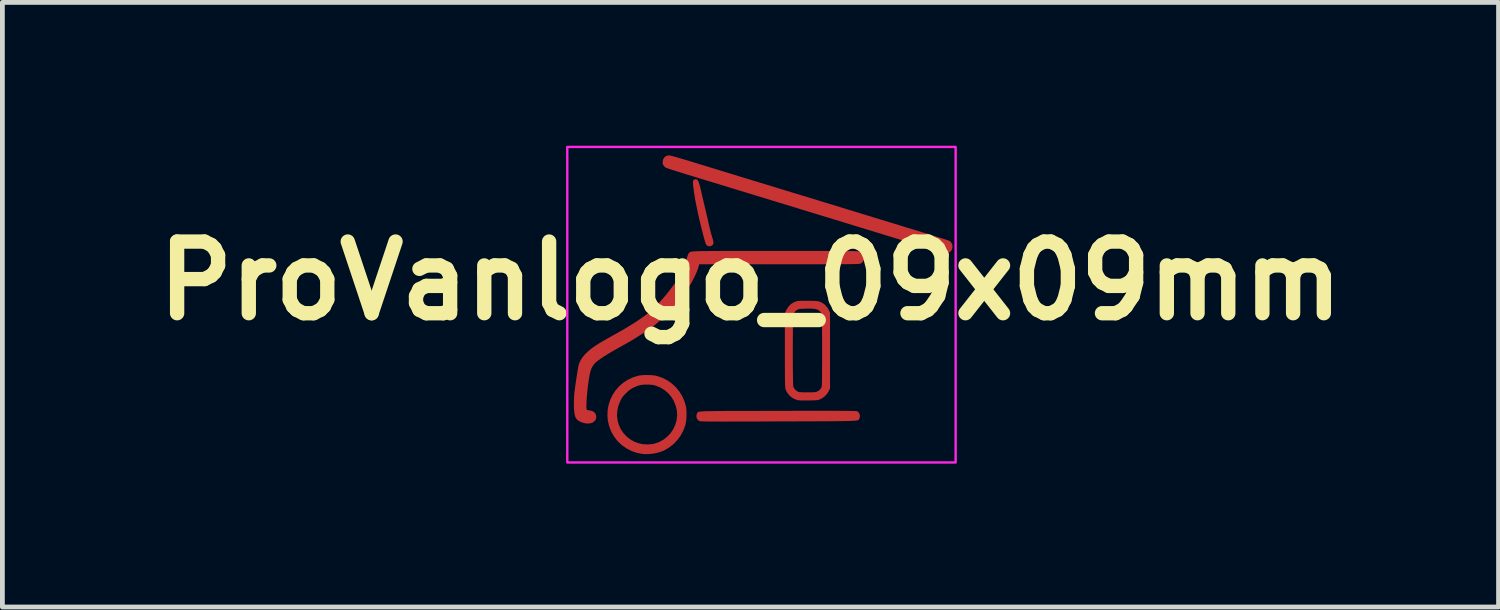
<source format=kicad_pcb>
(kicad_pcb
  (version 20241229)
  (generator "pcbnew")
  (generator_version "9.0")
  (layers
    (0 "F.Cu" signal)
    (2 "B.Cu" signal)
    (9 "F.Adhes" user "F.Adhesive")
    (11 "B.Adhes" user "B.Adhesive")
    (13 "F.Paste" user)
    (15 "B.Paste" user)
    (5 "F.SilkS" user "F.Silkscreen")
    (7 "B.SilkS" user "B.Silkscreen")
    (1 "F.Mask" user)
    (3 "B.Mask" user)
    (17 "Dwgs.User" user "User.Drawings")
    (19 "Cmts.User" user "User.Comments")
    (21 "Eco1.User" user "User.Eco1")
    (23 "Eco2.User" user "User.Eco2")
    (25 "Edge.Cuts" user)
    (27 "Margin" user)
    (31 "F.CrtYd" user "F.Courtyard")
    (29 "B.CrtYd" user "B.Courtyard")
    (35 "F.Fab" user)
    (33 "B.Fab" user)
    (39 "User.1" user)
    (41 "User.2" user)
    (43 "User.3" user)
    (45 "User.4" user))
  (footprint "ProVanlogo_09x09mm"
    (layer "F.Cu")
    (at 12.887 3.327)
    (property "Reference" "ProVanlogo_09x09mm" (at -0.23 -0.5 0) (layer "F.SilkS") (effects (font (size 1.5 1.5) (thickness 0.3))))
    (attr board_only exclude_from_pos_files exclude_from_bom)
    (fp_poly (pts (xy -1.354 -2.621) (xy -1.338 -2.608) (xy -1.323 -2.585) (xy -1.309 -2.551) (xy -1.294 -2.504) (xy -1.278 -2.442) (xy -1.26 -2.365) (xy -1.256 -2.349) (xy -1.244 -2.295) (xy -1.229 -2.229) (xy -1.212 -2.156) (xy -1.195 -2.084) (xy -1.179 -2.021) (xy -1.163 -1.952) (xy -1.146 -1.878) (xy -1.128 -1.803) (xy -1.113 -1.735) (xy -1.102 -1.683) (xy -1.088 -1.622) (xy -1.071 -1.557) (xy -1.055 -1.493) (xy -1.039 -1.438) (xy -1.034 -1.423) (xy -1.018 -1.368) (xy -1.008 -1.327) (xy -1.004 -1.297) (xy -1.008 -1.275) (xy -1.017 -1.257) (xy -1.029 -1.244) (xy -1.062 -1.225) (xy -1.101 -1.223) (xy -1.125 -1.23) (xy -1.137 -1.236) (xy -1.148 -1.245) (xy -1.158 -1.259) (xy -1.168 -1.28) (xy -1.178 -1.31) (xy -1.19 -1.351) (xy -1.205 -1.407) (xy -1.219 -1.459) (xy -1.269 -1.655) (xy -1.312 -1.836) (xy -1.348 -2.003) (xy -1.379 -2.157) (xy -1.403 -2.298) (xy -1.422 -2.429) (xy -1.429 -2.491) (xy -1.433 -2.537) (xy -1.434 -2.57) (xy -1.43 -2.593) (xy -1.422 -2.608) (xy -1.409 -2.617) (xy -1.391 -2.623) (xy -1.39 -2.623) (xy -1.371 -2.625)) (stroke (width 0) (type solid)) (fill yes) (layer "F.Cu"))
    (fp_poly (pts (xy 1.359 2.221) (xy 1.475 2.221) (xy 1.577 2.221) (xy 1.667 2.222) (xy 1.744 2.222) (xy 1.81 2.223) (xy 1.865 2.224) (xy 1.91 2.224) (xy 1.945 2.225) (xy 1.972 2.226) (xy 1.99 2.228) (xy 2.001 2.229) (xy 2.004 2.23) (xy 2.037 2.258) (xy 2.056 2.295) (xy 2.061 2.337) (xy 2.05 2.38) (xy 2.047 2.386) (xy 2.044 2.392) (xy 2.042 2.398) (xy 2.04 2.403) (xy 2.036 2.408) (xy 2.031 2.412) (xy 2.024 2.416) (xy 2.013 2.42) (xy 1.998 2.423) (xy 1.978 2.425) (xy 1.953 2.428) (xy 1.922 2.43) (xy 1.883 2.432) (xy 1.836 2.434) (xy 1.781 2.435) (xy 1.716 2.436) (xy 1.642 2.437) (xy 1.556 2.438) (xy 1.458 2.439) (xy 1.348 2.44) (xy 1.225 2.44) (xy 1.088 2.441) (xy 0.935 2.441) (xy 0.768 2.442) (xy 0.584 2.443) (xy 0.382 2.443) (xy 0.355 2.443) (xy 0.154 2.444) (xy -0.03 2.445) (xy -0.198 2.445) (xy -0.35 2.446) (xy -0.487 2.446) (xy -0.611 2.446) (xy -0.72 2.446) (xy -0.818 2.447) (xy -0.903 2.446) (xy -0.978 2.446) (xy -1.042 2.446) (xy -1.097 2.446) (xy -1.144 2.445) (xy -1.182 2.444) (xy -1.214 2.443) (xy -1.24 2.442) (xy -1.259 2.441) (xy -1.275 2.44) (xy -1.286 2.439) (xy -1.294 2.437) (xy -1.3 2.435) (xy -1.304 2.433) (xy -1.335 2.408) (xy -1.355 2.373) (xy -1.362 2.333) (xy -1.356 2.293) (xy -1.346 2.272) (xy -1.343 2.266) (xy -1.34 2.261) (xy -1.337 2.256) (xy -1.333 2.252) (xy -1.328 2.248) (xy -1.32 2.244) (xy -1.308 2.241) (xy -1.293 2.238) (xy -1.273 2.236) (xy -1.247 2.234) (xy -1.215 2.232) (xy -1.176 2.23) (xy -1.128 2.229) (xy -1.073 2.228) (xy -1.007 2.227) (xy -0.932 2.226) (xy -0.845 2.225) (xy -0.747 2.224) (xy -0.636 2.224) (xy -0.512 2.224) (xy -0.374 2.223) (xy -0.221 2.223) (xy -0.052 2.223) (xy 0.133 2.222) (xy 0.335 2.222) (xy 0.346 2.222) (xy 0.556 2.222) (xy 0.749 2.221) (xy 0.925 2.221) (xy 1.085 2.221) (xy 1.23 2.221)) (stroke (width 0) (type solid)) (fill yes) (layer "F.Cu"))
    (fp_poly (pts (xy -2.347 1.473) (xy -2.283 1.476) (xy -2.228 1.483) (xy -2.202 1.488) (xy -2.085 1.526) (xy -1.977 1.579) (xy -1.879 1.647) (xy -1.792 1.727) (xy -1.717 1.819) (xy -1.655 1.921) (xy -1.607 2.033) (xy -1.578 2.137) (xy -1.571 2.189) (xy -1.568 2.253) (xy -1.568 2.323) (xy -1.572 2.394) (xy -1.58 2.459) (xy -1.591 2.513) (xy -1.593 2.52) (xy -1.634 2.633) (xy -1.691 2.739) (xy -1.761 2.835) (xy -1.843 2.92) (xy -1.936 2.992) (xy -2.038 3.051) (xy -2.071 3.065) (xy -2.156 3.094) (xy -2.251 3.115) (xy -2.349 3.126) (xy -2.444 3.128) (xy -2.495 3.123) (xy -2.612 3.1) (xy -2.724 3.061) (xy -2.828 3.006) (xy -2.924 2.938) (xy -3.009 2.858) (xy -3.081 2.766) (xy -3.14 2.665) (xy -3.146 2.653) (xy -3.189 2.54) (xy -3.215 2.425) (xy -3.224 2.32) (xy -3.023 2.32) (xy -3.012 2.419) (xy -2.986 2.514) (xy -2.945 2.604) (xy -2.89 2.686) (xy -2.821 2.76) (xy -2.738 2.824) (xy -2.653 2.871) (xy -2.571 2.901) (xy -2.48 2.92) (xy -2.386 2.925) (xy -2.293 2.919) (xy -2.239 2.908) (xy -2.141 2.874) (xy -2.05 2.824) (xy -1.97 2.761) (xy -1.9 2.686) (xy -1.843 2.6) (xy -1.801 2.505) (xy -1.777 2.422) (xy -1.765 2.321) (xy -1.77 2.219) (xy -1.794 2.117) (xy -1.834 2.016) (xy -1.886 1.93) (xy -1.952 1.853) (xy -2.03 1.787) (xy -2.117 1.733) (xy -2.211 1.695) (xy -2.241 1.686) (xy -2.295 1.677) (xy -2.359 1.672) (xy -2.427 1.672) (xy -2.491 1.676) (xy -2.545 1.685) (xy -2.547 1.686) (xy -2.583 1.697) (xy -2.627 1.714) (xy -2.671 1.733) (xy -2.682 1.739) (xy -2.723 1.76) (xy -2.758 1.783) (xy -2.793 1.812) (xy -2.833 1.85) (xy -2.837 1.854) (xy -2.874 1.893) (xy -2.902 1.925) (xy -2.924 1.958) (xy -2.945 1.995) (xy -2.955 2.017) (xy -2.995 2.117) (xy -3.017 2.219) (xy -3.023 2.32) (xy -3.224 2.32) (xy -3.224 2.31) (xy -3.218 2.197) (xy -3.197 2.087) (xy -3.161 1.981) (xy -3.112 1.881) (xy -3.05 1.789) (xy -2.975 1.705) (xy -2.889 1.631) (xy -2.792 1.568) (xy -2.684 1.519) (xy -2.586 1.488) (xy -2.54 1.48) (xy -2.481 1.474) (xy -2.414 1.472)) (stroke (width 0) (type solid)) (fill yes) (layer "F.Cu"))
    (fp_poly (pts (xy -1.914 -3.122) (xy -1.88 -3.114) (xy -1.829 -3.1) (xy -1.763 -3.082) (xy -1.682 -3.058) (xy -1.587 -3.03) (xy -1.478 -2.997) (xy -1.39 -2.97) (xy -1.206 -2.914) (xy -1.036 -2.862) (xy -0.879 -2.814) (xy -0.732 -2.769) (xy -0.593 -2.726) (xy -0.46 -2.685) (xy -0.331 -2.646) (xy -0.202 -2.606) (xy -0.073 -2.567) (xy 0.061 -2.526) (xy 0.199 -2.484) (xy 0.346 -2.439) (xy 0.504 -2.391) (xy 0.673 -2.339) (xy 0.729 -2.322) (xy 0.868 -2.28) (xy 1.016 -2.235) (xy 1.17 -2.188) (xy 1.326 -2.14) (xy 1.484 -2.092) (xy 1.639 -2.044) (xy 1.789 -1.998) (xy 1.932 -1.955) (xy 2.064 -1.914) (xy 2.183 -1.878) (xy 2.245 -1.859) (xy 2.368 -1.821) (xy 2.498 -1.781) (xy 2.634 -1.74) (xy 2.771 -1.698) (xy 2.908 -1.656) (xy 3.04 -1.615) (xy 3.165 -1.577) (xy 3.28 -1.542) (xy 3.382 -1.511) (xy 3.405 -1.504) (xy 3.497 -1.476) (xy 3.585 -1.449) (xy 3.666 -1.423) (xy 3.74 -1.4) (xy 3.805 -1.379) (xy 3.858 -1.362) (xy 3.899 -1.348) (xy 3.926 -1.339) (xy 3.935 -1.335) (xy 3.968 -1.306) (xy 3.989 -1.269) (xy 3.998 -1.227) (xy 3.995 -1.184) (xy 3.981 -1.144) (xy 3.955 -1.111) (xy 3.929 -1.094) (xy 3.891 -1.084) (xy 3.844 -1.082) (xy 3.796 -1.088) (xy 3.776 -1.093) (xy 3.769 -1.096) (xy 3.762 -1.098) (xy 3.753 -1.101) (xy 3.741 -1.104) (xy 3.727 -1.109) (xy 3.71 -1.114) (xy 3.688 -1.121) (xy 3.661 -1.129) (xy 3.629 -1.139) (xy 3.59 -1.151) (xy 3.545 -1.165) (xy 3.492 -1.181) (xy 3.43 -1.2) (xy 3.36 -1.221) (xy 3.28 -1.246) (xy 3.19 -1.273) (xy 3.089 -1.304) (xy 2.977 -1.339) (xy 2.852 -1.377) (xy 2.714 -1.419) (xy 2.563 -1.465) (xy 2.398 -1.516) (xy 2.217 -1.571) (xy 2.021 -1.631) (xy 1.809 -1.696) (xy 1.719 -1.724) (xy 1.557 -1.773) (xy 1.401 -1.821) (xy 1.251 -1.867) (xy 1.103 -1.912) (xy 0.958 -1.956) (xy 0.814 -2) (xy 0.668 -2.045) (xy 0.521 -2.09) (xy 0.37 -2.136) (xy 0.215 -2.183) (xy 0.053 -2.233) (xy -0.116 -2.284) (xy -0.295 -2.339) (xy -0.483 -2.396) (xy -0.684 -2.458) (xy -0.897 -2.523) (xy -1.126 -2.592) (xy -1.35 -2.661) (xy -1.454 -2.693) (xy -1.553 -2.723) (xy -1.646 -2.752) (xy -1.731 -2.779) (xy -1.808 -2.803) (xy -1.874 -2.824) (xy -1.928 -2.842) (xy -1.97 -2.856) (xy -1.997 -2.866) (xy -2.007 -2.87) (xy -2.028 -2.889) (xy -2.048 -2.913) (xy -2.051 -2.917) (xy -2.064 -2.94) (xy -2.069 -2.964) (xy -2.068 -2.995) (xy -2.056 -3.045) (xy -2.031 -3.084) (xy -1.995 -3.111) (xy -1.949 -3.124) (xy -1.933 -3.125)) (stroke (width 0) (type solid)) (fill yes) (layer "F.Cu"))
    (fp_poly (pts (xy 0.966 -0.081) (xy 1.037 -0.081) (xy 1.093 -0.08) (xy 1.136 -0.078) (xy 1.169 -0.075) (xy 1.193 -0.071) (xy 1.212 -0.066) (xy 1.213 -0.066) (xy 1.281 -0.034) (xy 1.34 0.013) (xy 1.388 0.073) (xy 1.412 0.117) (xy 1.435 0.167) (xy 1.435 0.959) (xy 1.435 1.751) (xy 1.409 1.807) (xy 1.375 1.863) (xy 1.329 1.914) (xy 1.274 1.956) (xy 1.226 1.981) (xy 1.208 1.988) (xy 1.189 1.993) (xy 1.168 1.997) (xy 1.141 2) (xy 1.105 2.002) (xy 1.058 2.003) (xy 0.997 2.004) (xy 0.981 2.004) (xy 0.91 2.005) (xy 0.854 2.005) (xy 0.811 2.003) (xy 0.778 2) (xy 0.752 1.997) (xy 0.739 1.993) (xy 0.672 1.966) (xy 0.611 1.924) (xy 0.559 1.87) (xy 0.52 1.808) (xy 0.508 1.78) (xy 0.505 1.771) (xy 0.502 1.761) (xy 0.5 1.75) (xy 0.498 1.735) (xy 0.496 1.716) (xy 0.495 1.691) (xy 0.493 1.659) (xy 0.493 1.619) (xy 0.492 1.571) (xy 0.491 1.512) (xy 0.491 1.441) (xy 0.491 1.358) (xy 0.49 1.261) (xy 0.49 1.148) (xy 0.49 1.02) (xy 0.49 0.988) (xy 0.656 0.988) (xy 0.656 1.09) (xy 0.657 1.19) (xy 0.657 1.286) (xy 0.658 1.377) (xy 0.659 1.46) (xy 0.66 1.534) (xy 0.661 1.598) (xy 0.663 1.65) (xy 0.664 1.688) (xy 0.666 1.711) (xy 0.667 1.715) (xy 0.683 1.749) (xy 0.711 1.783) (xy 0.745 1.811) (xy 0.776 1.826) (xy 0.798 1.83) (xy 0.834 1.832) (xy 0.879 1.834) (xy 0.931 1.835) (xy 0.985 1.835) (xy 1.038 1.834) (xy 1.084 1.833) (xy 1.121 1.83) (xy 1.144 1.827) (xy 1.145 1.827) (xy 1.185 1.808) (xy 1.222 1.779) (xy 1.249 1.743) (xy 1.256 1.73) (xy 1.258 1.722) (xy 1.26 1.71) (xy 1.262 1.692) (xy 1.264 1.668) (xy 1.265 1.636) (xy 1.266 1.595) (xy 1.267 1.544) (xy 1.268 1.481) (xy 1.268 1.407) (xy 1.268 1.319) (xy 1.269 1.216) (xy 1.269 1.098) (xy 1.269 0.963) (xy 1.269 0.96) (xy 1.269 0.827) (xy 1.269 0.711) (xy 1.268 0.61) (xy 1.268 0.524) (xy 1.268 0.451) (xy 1.267 0.39) (xy 1.266 0.34) (xy 1.266 0.299) (xy 1.264 0.267) (xy 1.263 0.242) (xy 1.261 0.223) (xy 1.259 0.209) (xy 1.257 0.198) (xy 1.254 0.19) (xy 1.252 0.184) (xy 1.234 0.152) (xy 1.212 0.127) (xy 1.183 0.108) (xy 1.145 0.094) (xy 1.097 0.086) (xy 1.036 0.082) (xy 0.959 0.082) (xy 0.936 0.083) (xy 0.879 0.084) (xy 0.837 0.086) (xy 0.807 0.089) (xy 0.784 0.093) (xy 0.767 0.098) (xy 0.751 0.106) (xy 0.75 0.106) (xy 0.708 0.136) (xy 0.678 0.179) (xy 0.667 0.206) (xy 0.665 0.221) (xy 0.664 0.252) (xy 0.662 0.297) (xy 0.661 0.356) (xy 0.659 0.426) (xy 0.658 0.505) (xy 0.658 0.593) (xy 0.657 0.687) (xy 0.657 0.785) (xy 0.656 0.886) (xy 0.656 0.988) (xy 0.49 0.988) (xy 0.49 0.953) (xy 0.49 0.173) (xy 0.526 0.103) (xy 0.568 0.037) (xy 0.619 -0.014) (xy 0.682 -0.052) (xy 0.708 -0.063) (xy 0.726 -0.069) (xy 0.744 -0.074) (xy 0.764 -0.077) (xy 0.79 -0.08) (xy 0.823 -0.081) (xy 0.867 -0.082) (xy 0.925 -0.082)) (stroke (width 0) (type solid)) (fill yes) (layer "F.Cu"))
    (fp_poly (pts (xy -0.09 -1.125) (xy 0.104 -1.125) (xy 0.299 -1.125) (xy 0.508 -1.125) (xy 0.699 -1.125) (xy 0.875 -1.125) (xy 1.034 -1.125) (xy 1.179 -1.125) (xy 1.309 -1.125) (xy 1.426 -1.124) (xy 1.53 -1.124) (xy 1.622 -1.124) (xy 1.703 -1.123) (xy 1.774 -1.123) (xy 1.834 -1.122) (xy 1.886 -1.122) (xy 1.93 -1.121) (xy 1.966 -1.12) (xy 1.996 -1.119) (xy 2.02 -1.118) (xy 2.038 -1.117) (xy 2.052 -1.115) (xy 2.063 -1.114) (xy 2.07 -1.112) (xy 2.076 -1.111) (xy 2.079 -1.109) (xy 2.116 -1.082) (xy 2.14 -1.045) (xy 2.151 -1.004) (xy 2.15 -0.96) (xy 2.135 -0.919) (xy 2.108 -0.884) (xy 2.079 -0.863) (xy 2.075 -0.861) (xy 2.069 -0.859) (xy 2.062 -0.857) (xy 2.052 -0.856) (xy 2.038 -0.854) (xy 2.02 -0.853) (xy 1.997 -0.852) (xy 1.969 -0.851) (xy 1.934 -0.85) (xy 1.891 -0.849) (xy 1.84 -0.849) (xy 1.78 -0.848) (xy 1.711 -0.848) (xy 1.631 -0.847) (xy 1.54 -0.847) (xy 1.437 -0.847) (xy 1.321 -0.846) (xy 1.192 -0.846) (xy 1.048 -0.846) (xy 0.889 -0.846) (xy 0.714 -0.846) (xy 0.523 -0.846) (xy 0.373 -0.846) (xy -1.302 -0.846) (xy -1.323 -0.774) (xy -1.339 -0.727) (xy -1.362 -0.669) (xy -1.391 -0.605) (xy -1.423 -0.541) (xy -1.455 -0.479) (xy -1.485 -0.427) (xy -1.52 -0.374) (xy -1.564 -0.31) (xy -1.614 -0.24) (xy -1.666 -0.168) (xy -1.719 -0.098) (xy -1.77 -0.033) (xy -1.811 0.018) (xy -1.88 0.096) (xy -1.958 0.178) (xy -2.044 0.26) (xy -2.133 0.341) (xy -2.222 0.417) (xy -2.308 0.484) (xy -2.388 0.54) (xy -2.394 0.545) (xy -2.466 0.591) (xy -2.535 0.635) (xy -2.6 0.676) (xy -2.658 0.712) (xy -2.706 0.742) (xy -2.743 0.765) (xy -2.759 0.774) (xy -2.781 0.786) (xy -2.817 0.806) (xy -2.862 0.831) (xy -2.916 0.861) (xy -2.974 0.894) (xy -3.033 0.927) (xy -3.127 0.98) (xy -3.214 1.032) (xy -3.292 1.081) (xy -3.36 1.127) (xy -3.418 1.168) (xy -3.462 1.203) (xy -3.492 1.232) (xy -3.499 1.24) (xy -3.527 1.279) (xy -3.549 1.316) (xy -3.567 1.357) (xy -3.582 1.404) (xy -3.595 1.462) (xy -3.607 1.533) (xy -3.61 1.548) (xy -3.622 1.629) (xy -3.633 1.711) (xy -3.642 1.794) (xy -3.65 1.874) (xy -3.656 1.95) (xy -3.661 2.019) (xy -3.663 2.08) (xy -3.664 2.131) (xy -3.662 2.17) (xy -3.658 2.194) (xy -3.654 2.201) (xy -3.641 2.205) (xy -3.616 2.21) (xy -3.589 2.215) (xy -3.541 2.226) (xy -3.505 2.245) (xy -3.48 2.274) (xy -3.472 2.287) (xy -3.458 2.332) (xy -3.46 2.376) (xy -3.476 2.416) (xy -3.506 2.449) (xy -3.548 2.474) (xy -3.6 2.486) (xy -3.6 2.486) (xy -3.634 2.487) (xy -3.673 2.485) (xy -3.69 2.483) (xy -3.726 2.474) (xy -3.766 2.46) (xy -3.797 2.447) (xy -3.841 2.421) (xy -3.872 2.39) (xy -3.895 2.35) (xy -3.91 2.298) (xy -3.915 2.266) (xy -3.921 2.211) (xy -3.925 2.144) (xy -3.926 2.069) (xy -3.924 1.992) (xy -3.921 1.917) (xy -3.916 1.853) (xy -3.91 1.801) (xy -3.902 1.741) (xy -3.893 1.674) (xy -3.883 1.604) (xy -3.872 1.534) (xy -3.862 1.465) (xy -3.851 1.401) (xy -3.842 1.344) (xy -3.833 1.297) (xy -3.826 1.263) (xy -3.822 1.244) (xy -3.79 1.172) (xy -3.749 1.105) (xy -3.694 1.039) (xy -3.672 1.017) (xy -3.631 0.978) (xy -3.584 0.938) (xy -3.531 0.898) (xy -3.47 0.856) (xy -3.399 0.81) (xy -3.316 0.761) (xy -3.22 0.706) (xy -3.11 0.644) (xy -3.099 0.638) (xy -2.975 0.569) (xy -2.854 0.499) (xy -2.74 0.43) (xy -2.634 0.363) (xy -2.539 0.299) (xy -2.455 0.241) (xy -2.399 0.198) (xy -2.336 0.145) (xy -2.267 0.081) (xy -2.194 0.01) (xy -2.122 -0.065) (xy -2.053 -0.14) (xy -1.993 -0.211) (xy -1.967 -0.243) (xy -1.913 -0.313) (xy -1.869 -0.371) (xy -1.833 -0.419) (xy -1.803 -0.46) (xy -1.778 -0.496) (xy -1.756 -0.528) (xy -1.737 -0.559) (xy -1.718 -0.592) (xy -1.706 -0.611) (xy -1.661 -0.696) (xy -1.624 -0.775) (xy -1.595 -0.857) (xy -1.568 -0.948) (xy -1.567 -0.953) (xy -1.55 -1.011) (xy -1.535 -1.052) (xy -1.52 -1.077) (xy -1.519 -1.078) (xy -1.515 -1.083) (xy -1.511 -1.088) (xy -1.506 -1.093) (xy -1.502 -1.097) (xy -1.495 -1.101) (xy -1.487 -1.105) (xy -1.475 -1.108) (xy -1.46 -1.111) (xy -1.44 -1.113) (xy -1.415 -1.115) (xy -1.384 -1.117) (xy -1.346 -1.119) (xy -1.301 -1.12) (xy -1.247 -1.122) (xy -1.184 -1.122) (xy -1.112 -1.123) (xy -1.029 -1.124) (xy -0.935 -1.124) (xy -0.828 -1.125) (xy -0.709 -1.125) (xy -0.577 -1.125) (xy -0.43 -1.125) (xy -0.268 -1.125)) (stroke (width 0) (type solid)) (fill yes) (layer "F.Cu"))
    (fp_poly (pts (xy -1.353 -2.621) (xy -1.338 -2.608) (xy -1.323 -2.585) (xy -1.309 -2.551) (xy -1.294 -2.504) (xy -1.278 -2.442) (xy -1.26 -2.365) (xy -1.256 -2.349) (xy -1.244 -2.295) (xy -1.229 -2.229) (xy -1.212 -2.157) (xy -1.195 -2.084) (xy -1.179 -2.021) (xy -1.163 -1.952) (xy -1.145 -1.878) (xy -1.128 -1.803) (xy -1.113 -1.735) (xy -1.101 -1.683) (xy -1.087 -1.622) (xy -1.071 -1.557) (xy -1.054 -1.493) (xy -1.039 -1.439) (xy -1.034 -1.423) (xy -1.017 -1.368) (xy -1.008 -1.327) (xy -1.004 -1.297) (xy -1.007 -1.275) (xy -1.017 -1.257) (xy -1.029 -1.244) (xy -1.062 -1.225) (xy -1.1 -1.223) (xy -1.125 -1.23) (xy -1.137 -1.236) (xy -1.148 -1.245) (xy -1.158 -1.259) (xy -1.167 -1.28) (xy -1.178 -1.31) (xy -1.19 -1.352) (xy -1.205 -1.407) (xy -1.219 -1.459) (xy -1.269 -1.655) (xy -1.311 -1.836) (xy -1.348 -2.003) (xy -1.378 -2.157) (xy -1.403 -2.298) (xy -1.422 -2.429) (xy -1.429 -2.491) (xy -1.433 -2.537) (xy -1.433 -2.57) (xy -1.43 -2.593) (xy -1.422 -2.608) (xy -1.409 -2.617) (xy -1.391 -2.623) (xy -1.39 -2.623) (xy -1.371 -2.625)) (stroke (width 0) (type solid)) (fill yes) (layer "F.Mask"))
    (fp_poly (pts (xy 1.36 2.221) (xy 1.475 2.221) (xy 1.578 2.221) (xy 1.667 2.222) (xy 1.745 2.222) (xy 1.81 2.223) (xy 1.865 2.224) (xy 1.91 2.224) (xy 1.946 2.225) (xy 1.972 2.226) (xy 1.99 2.228) (xy 2.001 2.229) (xy 2.004 2.23) (xy 2.037 2.258) (xy 2.056 2.295) (xy 2.061 2.337) (xy 2.05 2.38) (xy 2.048 2.385) (xy 2.045 2.392) (xy 2.042 2.398) (xy 2.04 2.403) (xy 2.037 2.408) (xy 2.031 2.412) (xy 2.024 2.416) (xy 2.013 2.42) (xy 1.998 2.423) (xy 1.979 2.425) (xy 1.953 2.428) (xy 1.922 2.43) (xy 1.883 2.432) (xy 1.836 2.434) (xy 1.781 2.435) (xy 1.717 2.436) (xy 1.642 2.437) (xy 1.556 2.438) (xy 1.459 2.439) (xy 1.349 2.44) (xy 1.225 2.44) (xy 1.088 2.441) (xy 0.936 2.441) (xy 0.768 2.442) (xy 0.584 2.443) (xy 0.383 2.443) (xy 0.355 2.443) (xy 0.154 2.444) (xy -0.03 2.445) (xy -0.198 2.445) (xy -0.35 2.446) (xy -0.487 2.446) (xy -0.61 2.446) (xy -0.72 2.446) (xy -0.817 2.446) (xy -0.903 2.446) (xy -0.978 2.446) (xy -1.042 2.446) (xy -1.097 2.445) (xy -1.144 2.445) (xy -1.182 2.444) (xy -1.214 2.443) (xy -1.239 2.442) (xy -1.259 2.441) (xy -1.274 2.44) (xy -1.286 2.439) (xy -1.294 2.437) (xy -1.3 2.435) (xy -1.304 2.433) (xy -1.335 2.408) (xy -1.355 2.373) (xy -1.362 2.333) (xy -1.356 2.293) (xy -1.346 2.272) (xy -1.342 2.266) (xy -1.34 2.261) (xy -1.337 2.256) (xy -1.333 2.252) (xy -1.327 2.248) (xy -1.319 2.244) (xy -1.308 2.241) (xy -1.293 2.238) (xy -1.272 2.236) (xy -1.247 2.234) (xy -1.215 2.232) (xy -1.175 2.23) (xy -1.128 2.229) (xy -1.072 2.227) (xy -1.007 2.226) (xy -0.932 2.226) (xy -0.845 2.225) (xy -0.747 2.224) (xy -0.636 2.224) (xy -0.512 2.224) (xy -0.374 2.223) (xy -0.221 2.223) (xy -0.052 2.223) (xy 0.133 2.222) (xy 0.335 2.222) (xy 0.347 2.222) (xy 0.557 2.221) (xy 0.749 2.221) (xy 0.925 2.221) (xy 1.085 2.221) (xy 1.23 2.221)) (stroke (width 0) (type solid)) (fill yes) (layer "F.Mask"))
    (fp_poly (pts (xy -2.347 1.473) (xy -2.283 1.476) (xy -2.228 1.483) (xy -2.202 1.488) (xy -2.085 1.526) (xy -1.977 1.579) (xy -1.879 1.647) (xy -1.792 1.727) (xy -1.716 1.818) (xy -1.655 1.921) (xy -1.607 2.032) (xy -1.578 2.137) (xy -1.571 2.189) (xy -1.567 2.253) (xy -1.568 2.323) (xy -1.572 2.394) (xy -1.58 2.459) (xy -1.591 2.513) (xy -1.593 2.52) (xy -1.634 2.633) (xy -1.691 2.739) (xy -1.761 2.835) (xy -1.843 2.92) (xy -1.936 2.992) (xy -2.038 3.05) (xy -2.07 3.065) (xy -2.156 3.094) (xy -2.251 3.115) (xy -2.349 3.126) (xy -2.444 3.128) (xy -2.494 3.123) (xy -2.612 3.1) (xy -2.723 3.061) (xy -2.828 3.006) (xy -2.924 2.938) (xy -3.008 2.858) (xy -3.081 2.766) (xy -3.14 2.665) (xy -3.146 2.653) (xy -3.189 2.54) (xy -3.215 2.425) (xy -3.223 2.32) (xy -3.022 2.32) (xy -3.012 2.419) (xy -2.986 2.514) (xy -2.945 2.604) (xy -2.89 2.686) (xy -2.821 2.76) (xy -2.738 2.824) (xy -2.653 2.871) (xy -2.571 2.901) (xy -2.48 2.919) (xy -2.386 2.925) (xy -2.293 2.919) (xy -2.239 2.908) (xy -2.14 2.874) (xy -2.05 2.824) (xy -1.969 2.761) (xy -1.9 2.686) (xy -1.843 2.6) (xy -1.801 2.505) (xy -1.777 2.422) (xy -1.765 2.321) (xy -1.77 2.219) (xy -1.793 2.117) (xy -1.834 2.016) (xy -1.886 1.93) (xy -1.952 1.853) (xy -2.03 1.787) (xy -2.117 1.733) (xy -2.21 1.695) (xy -2.241 1.686) (xy -2.295 1.677) (xy -2.359 1.672) (xy -2.426 1.672) (xy -2.49 1.676) (xy -2.544 1.685) (xy -2.547 1.686) (xy -2.583 1.697) (xy -2.627 1.714) (xy -2.671 1.733) (xy -2.682 1.739) (xy -2.723 1.76) (xy -2.758 1.783) (xy -2.792 1.812) (xy -2.833 1.85) (xy -2.836 1.854) (xy -2.874 1.893) (xy -2.902 1.925) (xy -2.924 1.958) (xy -2.944 1.995) (xy -2.955 2.017) (xy -2.995 2.117) (xy -3.017 2.219) (xy -3.022 2.32) (xy -3.223 2.32) (xy -3.224 2.31) (xy -3.218 2.197) (xy -3.197 2.087) (xy -3.161 1.981) (xy -3.112 1.881) (xy -3.05 1.789) (xy -2.975 1.705) (xy -2.889 1.631) (xy -2.792 1.568) (xy -2.684 1.519) (xy -2.586 1.488) (xy -2.539 1.48) (xy -2.48 1.474) (xy -2.414 1.472)) (stroke (width 0) (type solid)) (fill yes) (layer "F.Mask"))
    (fp_poly (pts (xy -1.914 -3.122) (xy -1.88 -3.114) (xy -1.829 -3.1) (xy -1.763 -3.082) (xy -1.682 -3.058) (xy -1.587 -3.03) (xy -1.478 -2.997) (xy -1.39 -2.97) (xy -1.205 -2.914) (xy -1.036 -2.862) (xy -0.879 -2.814) (xy -0.732 -2.769) (xy -0.593 -2.726) (xy -0.46 -2.685) (xy -0.33 -2.646) (xy -0.202 -2.607) (xy -0.072 -2.567) (xy 0.061 -2.526) (xy 0.2 -2.484) (xy 0.346 -2.439) (xy 0.504 -2.391) (xy 0.674 -2.339) (xy 0.729 -2.322) (xy 0.868 -2.28) (xy 1.016 -2.235) (xy 1.17 -2.188) (xy 1.327 -2.14) (xy 1.484 -2.092) (xy 1.639 -2.044) (xy 1.789 -1.998) (xy 1.932 -1.955) (xy 2.064 -1.914) (xy 2.184 -1.878) (xy 2.246 -1.859) (xy 2.368 -1.821) (xy 2.498 -1.781) (xy 2.634 -1.74) (xy 2.772 -1.698) (xy 2.908 -1.656) (xy 3.04 -1.615) (xy 3.166 -1.577) (xy 3.28 -1.542) (xy 3.382 -1.511) (xy 3.405 -1.504) (xy 3.497 -1.476) (xy 3.585 -1.449) (xy 3.667 -1.423) (xy 3.741 -1.4) (xy 3.805 -1.379) (xy 3.858 -1.362) (xy 3.899 -1.348) (xy 3.926 -1.339) (xy 3.936 -1.335) (xy 3.968 -1.306) (xy 3.989 -1.269) (xy 3.998 -1.227) (xy 3.996 -1.184) (xy 3.981 -1.144) (xy 3.955 -1.111) (xy 3.93 -1.095) (xy 3.892 -1.084) (xy 3.845 -1.082) (xy 3.796 -1.088) (xy 3.776 -1.094) (xy 3.769 -1.096) (xy 3.762 -1.098) (xy 3.753 -1.101) (xy 3.741 -1.104) (xy 3.727 -1.109) (xy 3.71 -1.114) (xy 3.688 -1.121) (xy 3.661 -1.129) (xy 3.629 -1.139) (xy 3.59 -1.151) (xy 3.545 -1.165) (xy 3.492 -1.181) (xy 3.43 -1.2) (xy 3.36 -1.222) (xy 3.281 -1.246) (xy 3.191 -1.274) (xy 3.09 -1.304) (xy 2.977 -1.339) (xy 2.852 -1.377) (xy 2.715 -1.419) (xy 2.563 -1.465) (xy 2.398 -1.516) (xy 2.217 -1.571) (xy 2.021 -1.631) (xy 1.809 -1.696) (xy 1.719 -1.724) (xy 1.557 -1.773) (xy 1.402 -1.821) (xy 1.251 -1.867) (xy 1.103 -1.912) (xy 0.958 -1.956) (xy 0.814 -2.001) (xy 0.669 -2.045) (xy 0.521 -2.09) (xy 0.371 -2.136) (xy 0.215 -2.183) (xy 0.053 -2.233) (xy -0.116 -2.284) (xy -0.294 -2.339) (xy -0.483 -2.396) (xy -0.684 -2.458) (xy -0.897 -2.523) (xy -1.125 -2.592) (xy -1.35 -2.661) (xy -1.454 -2.693) (xy -1.553 -2.723) (xy -1.645 -2.752) (xy -1.731 -2.779) (xy -1.807 -2.803) (xy -1.874 -2.824) (xy -1.928 -2.842) (xy -1.969 -2.856) (xy -1.996 -2.866) (xy -2.007 -2.87) (xy -2.027 -2.889) (xy -2.048 -2.913) (xy -2.051 -2.917) (xy -2.064 -2.94) (xy -2.069 -2.964) (xy -2.068 -2.995) (xy -2.056 -3.045) (xy -2.031 -3.084) (xy -1.995 -3.111) (xy -1.948 -3.124) (xy -1.932 -3.125)) (stroke (width 0) (type solid)) (fill yes) (layer "F.Mask"))
    (fp_poly (pts (xy 0.966 -0.081) (xy 1.037 -0.081) (xy 1.094 -0.08) (xy 1.137 -0.078) (xy 1.169 -0.075) (xy 1.194 -0.071) (xy 1.212 -0.066) (xy 1.213 -0.066) (xy 1.281 -0.034) (xy 1.34 0.013) (xy 1.388 0.073) (xy 1.412 0.117) (xy 1.436 0.167) (xy 1.436 0.959) (xy 1.436 1.751) (xy 1.41 1.807) (xy 1.375 1.863) (xy 1.329 1.914) (xy 1.275 1.956) (xy 1.227 1.981) (xy 1.208 1.988) (xy 1.189 1.993) (xy 1.168 1.997) (xy 1.141 2) (xy 1.106 2.002) (xy 1.059 2.003) (xy 0.997 2.004) (xy 0.981 2.004) (xy 0.91 2.005) (xy 0.854 2.004) (xy 0.811 2.003) (xy 0.778 2) (xy 0.752 1.997) (xy 0.739 1.993) (xy 0.672 1.966) (xy 0.611 1.924) (xy 0.559 1.87) (xy 0.52 1.807) (xy 0.508 1.78) (xy 0.505 1.771) (xy 0.502 1.761) (xy 0.5 1.75) (xy 0.498 1.735) (xy 0.496 1.715) (xy 0.495 1.691) (xy 0.494 1.659) (xy 0.493 1.619) (xy 0.492 1.571) (xy 0.491 1.512) (xy 0.491 1.441) (xy 0.491 1.358) (xy 0.491 1.261) (xy 0.491 1.148) (xy 0.491 1.02) (xy 0.491 0.988) (xy 0.657 0.988) (xy 0.657 1.09) (xy 0.657 1.19) (xy 0.657 1.286) (xy 0.658 1.377) (xy 0.659 1.46) (xy 0.66 1.534) (xy 0.661 1.598) (xy 0.663 1.65) (xy 0.664 1.688) (xy 0.666 1.711) (xy 0.667 1.715) (xy 0.684 1.749) (xy 0.711 1.783) (xy 0.745 1.811) (xy 0.776 1.826) (xy 0.798 1.83) (xy 0.834 1.832) (xy 0.88 1.834) (xy 0.931 1.835) (xy 0.986 1.835) (xy 1.038 1.834) (xy 1.084 1.833) (xy 1.121 1.83) (xy 1.144 1.827) (xy 1.146 1.827) (xy 1.185 1.808) (xy 1.222 1.779) (xy 1.25 1.743) (xy 1.256 1.73) (xy 1.258 1.722) (xy 1.261 1.71) (xy 1.262 1.692) (xy 1.264 1.668) (xy 1.265 1.636) (xy 1.266 1.595) (xy 1.267 1.544) (xy 1.268 1.481) (xy 1.268 1.407) (xy 1.269 1.319) (xy 1.269 1.216) (xy 1.269 1.098) (xy 1.269 0.963) (xy 1.269 0.96) (xy 1.269 0.827) (xy 1.269 0.711) (xy 1.269 0.61) (xy 1.268 0.524) (xy 1.268 0.451) (xy 1.267 0.39) (xy 1.267 0.34) (xy 1.266 0.299) (xy 1.265 0.267) (xy 1.263 0.242) (xy 1.261 0.223) (xy 1.259 0.209) (xy 1.257 0.198) (xy 1.254 0.19) (xy 1.252 0.184) (xy 1.234 0.152) (xy 1.212 0.127) (xy 1.183 0.108) (xy 1.145 0.094) (xy 1.097 0.086) (xy 1.036 0.082) (xy 0.959 0.082) (xy 0.936 0.083) (xy 0.879 0.084) (xy 0.837 0.086) (xy 0.807 0.089) (xy 0.784 0.093) (xy 0.767 0.098) (xy 0.751 0.105) (xy 0.75 0.106) (xy 0.708 0.136) (xy 0.679 0.179) (xy 0.667 0.206) (xy 0.666 0.221) (xy 0.664 0.252) (xy 0.662 0.297) (xy 0.661 0.356) (xy 0.66 0.426) (xy 0.659 0.505) (xy 0.658 0.593) (xy 0.657 0.686) (xy 0.657 0.785) (xy 0.657 0.886) (xy 0.657 0.988) (xy 0.491 0.988) (xy 0.491 0.953) (xy 0.491 0.173) (xy 0.527 0.103) (xy 0.568 0.037) (xy 0.62 -0.014) (xy 0.682 -0.052) (xy 0.708 -0.063) (xy 0.726 -0.069) (xy 0.744 -0.074) (xy 0.764 -0.077) (xy 0.79 -0.08) (xy 0.823 -0.081) (xy 0.867 -0.082) (xy 0.925 -0.082)) (stroke (width 0) (type solid)) (fill yes) (layer "F.Mask"))
    (fp_poly (pts (xy -0.09 -1.125) (xy 0.104 -1.125) (xy 0.299 -1.125) (xy 0.508 -1.125) (xy 0.7 -1.125) (xy 0.875 -1.125) (xy 1.034 -1.125) (xy 1.179 -1.125) (xy 1.309 -1.125) (xy 1.426 -1.124) (xy 1.53 -1.124) (xy 1.622 -1.124) (xy 1.703 -1.123) (xy 1.774 -1.123) (xy 1.835 -1.122) (xy 1.886 -1.122) (xy 1.93 -1.121) (xy 1.966 -1.12) (xy 1.996 -1.119) (xy 2.02 -1.118) (xy 2.038 -1.117) (xy 2.052 -1.115) (xy 2.063 -1.114) (xy 2.071 -1.112) (xy 2.076 -1.111) (xy 2.079 -1.109) (xy 2.116 -1.082) (xy 2.14 -1.045) (xy 2.151 -1.004) (xy 2.15 -0.96) (xy 2.136 -0.919) (xy 2.109 -0.884) (xy 2.079 -0.863) (xy 2.075 -0.861) (xy 2.07 -0.859) (xy 2.062 -0.857) (xy 2.052 -0.856) (xy 2.038 -0.854) (xy 2.021 -0.853) (xy 1.998 -0.852) (xy 1.969 -0.851) (xy 1.934 -0.85) (xy 1.891 -0.849) (xy 1.84 -0.849) (xy 1.781 -0.848) (xy 1.711 -0.848) (xy 1.631 -0.847) (xy 1.54 -0.847) (xy 1.437 -0.847) (xy 1.321 -0.846) (xy 1.192 -0.846) (xy 1.048 -0.846) (xy 0.889 -0.846) (xy 0.715 -0.846) (xy 0.523 -0.846) (xy 0.373 -0.846) (xy -1.302 -0.846) (xy -1.322 -0.774) (xy -1.339 -0.727) (xy -1.362 -0.669) (xy -1.391 -0.605) (xy -1.423 -0.541) (xy -1.455 -0.479) (xy -1.485 -0.427) (xy -1.52 -0.374) (xy -1.564 -0.31) (xy -1.613 -0.24) (xy -1.666 -0.168) (xy -1.719 -0.098) (xy -1.769 -0.033) (xy -1.811 0.018) (xy -1.879 0.096) (xy -1.958 0.178) (xy -2.044 0.26) (xy -2.133 0.341) (xy -2.222 0.417) (xy -2.308 0.484) (xy -2.387 0.54) (xy -2.394 0.544) (xy -2.466 0.591) (xy -2.535 0.635) (xy -2.6 0.676) (xy -2.657 0.712) (xy -2.706 0.742) (xy -2.743 0.765) (xy -2.759 0.774) (xy -2.781 0.786) (xy -2.816 0.806) (xy -2.862 0.831) (xy -2.915 0.861) (xy -2.974 0.894) (xy -3.033 0.927) (xy -3.127 0.98) (xy -3.213 1.032) (xy -3.292 1.081) (xy -3.36 1.127) (xy -3.417 1.168) (xy -3.462 1.203) (xy -3.492 1.232) (xy -3.499 1.24) (xy -3.527 1.278) (xy -3.549 1.316) (xy -3.567 1.357) (xy -3.582 1.404) (xy -3.595 1.462) (xy -3.607 1.533) (xy -3.61 1.548) (xy -3.622 1.629) (xy -3.632 1.711) (xy -3.642 1.794) (xy -3.65 1.874) (xy -3.656 1.95) (xy -3.66 2.019) (xy -3.663 2.08) (xy -3.664 2.131) (xy -3.662 2.17) (xy -3.658 2.194) (xy -3.654 2.201) (xy -3.641 2.205) (xy -3.615 2.21) (xy -3.589 2.214) (xy -3.54 2.226) (xy -3.505 2.245) (xy -3.479 2.274) (xy -3.472 2.287) (xy -3.458 2.332) (xy -3.459 2.376) (xy -3.476 2.416) (xy -3.506 2.449) (xy -3.548 2.473) (xy -3.6 2.486) (xy -3.6 2.486) (xy -3.634 2.487) (xy -3.673 2.485) (xy -3.69 2.483) (xy -3.725 2.474) (xy -3.766 2.46) (xy -3.797 2.447) (xy -3.84 2.421) (xy -3.872 2.39) (xy -3.895 2.35) (xy -3.91 2.298) (xy -3.915 2.266) (xy -3.921 2.211) (xy -3.924 2.144) (xy -3.925 2.069) (xy -3.924 1.992) (xy -3.921 1.917) (xy -3.915 1.853) (xy -3.909 1.801) (xy -3.902 1.741) (xy -3.892 1.674) (xy -3.882 1.604) (xy -3.872 1.534) (xy -3.861 1.465) (xy -3.851 1.401) (xy -3.842 1.344) (xy -3.833 1.297) (xy -3.826 1.263) (xy -3.821 1.244) (xy -3.79 1.171) (xy -3.748 1.105) (xy -3.693 1.039) (xy -3.672 1.017) (xy -3.631 0.978) (xy -3.584 0.938) (xy -3.531 0.898) (xy -3.47 0.856) (xy -3.398 0.81) (xy -3.316 0.761) (xy -3.22 0.706) (xy -3.11 0.644) (xy -3.098 0.638) (xy -2.974 0.569) (xy -2.854 0.499) (xy -2.74 0.43) (xy -2.634 0.363) (xy -2.538 0.299) (xy -2.455 0.241) (xy -2.399 0.198) (xy -2.336 0.145) (xy -2.266 0.081) (xy -2.194 0.01) (xy -2.121 -0.065) (xy -2.053 -0.14) (xy -1.993 -0.211) (xy -1.967 -0.243) (xy -1.913 -0.313) (xy -1.869 -0.371) (xy -1.832 -0.419) (xy -1.803 -0.46) (xy -1.778 -0.496) (xy -1.756 -0.528) (xy -1.737 -0.559) (xy -1.717 -0.592) (xy -1.706 -0.612) (xy -1.66 -0.696) (xy -1.624 -0.775) (xy -1.595 -0.857) (xy -1.568 -0.948) (xy -1.567 -0.953) (xy -1.55 -1.011) (xy -1.534 -1.052) (xy -1.52 -1.077) (xy -1.519 -1.078) (xy -1.514 -1.083) (xy -1.51 -1.088) (xy -1.506 -1.093) (xy -1.501 -1.097) (xy -1.495 -1.101) (xy -1.487 -1.105) (xy -1.475 -1.108) (xy -1.46 -1.111) (xy -1.44 -1.113) (xy -1.415 -1.116) (xy -1.384 -1.117) (xy -1.346 -1.119) (xy -1.301 -1.12) (xy -1.247 -1.122) (xy -1.184 -1.123) (xy -1.112 -1.123) (xy -1.029 -1.124) (xy -0.935 -1.124) (xy -0.828 -1.125) (xy -0.709 -1.125) (xy -0.577 -1.125) (xy -0.43 -1.125) (xy -0.268 -1.125)) (stroke (width 0) (type solid)) (fill yes) (layer "F.Mask"))
    (fp_rect (start -4.064 -3.302) (end 4.064 3.302) (stroke (width 0.05) (type default)) (fill no) (layer "F.CrtYd")))
  (gr_rect
    (start -3 -3)
    (end 28.314 9.654)
    (stroke (width 0.1) (type default))
    (fill no)
    (layer "Edge.Cuts")))
</source>
